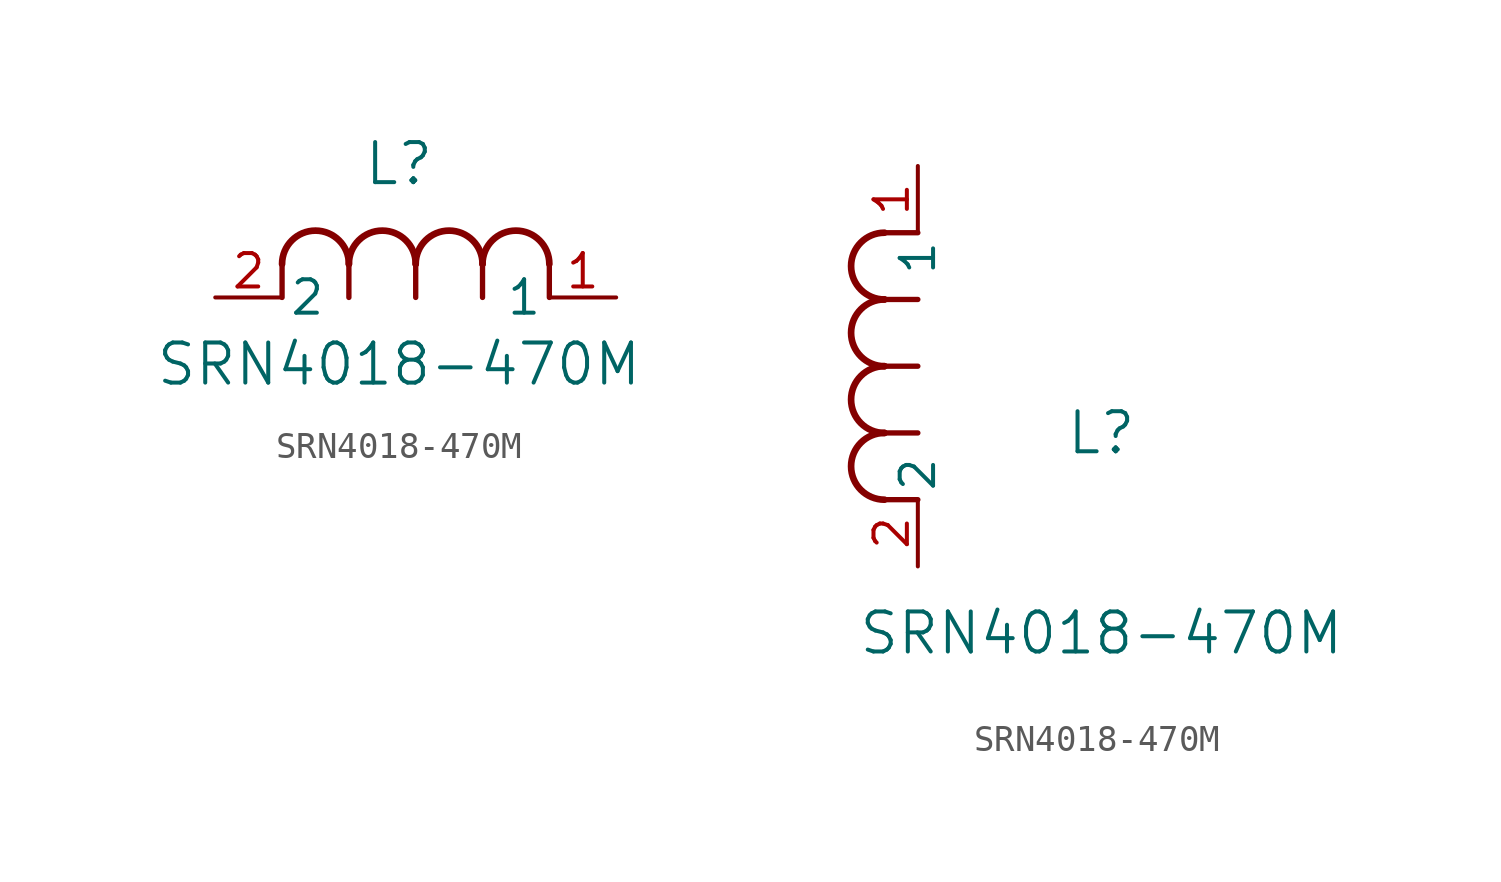
<source format=kicad_sym>
(kicad_symbol_lib
  (version 20211014)
  (generator kicad_symbol_editor)
  (symbol "SRN4018-470M"
    (pin_names
      (offset 0.254))
    (property "Reference" "L"
      (at 6.985 5.08 0)
      (effects (font (size 1.524 1.524))))
    (property "Value" "SRN4018-470M"
      (at 6.985 -2.54 0)
      (effects (font (size 1.524 1.524))))
    (symbol "SRN4018-470M_1_1"
      (arc (start 7.62 1.27) (mid 6.35 2.54) (end 5.08 1.27) (stroke (width 0.254) (type default) (color 0 0 0 0)) (fill (type none)))
      (polyline (pts (xy 5.08 0) (xy 5.08 1.27)) (stroke (width 0.203) (type default) (color 0 0 0 0)) (fill (type none)))
      (polyline (pts (xy 7.62 0) (xy 7.62 1.27)) (stroke (width 0.203) (type default) (color 0 0 0 0)) (fill (type none)))
      (polyline (pts (xy 12.7 0) (xy 12.7 1.27)) (stroke (width 0.203) (type default) (color 0 0 0 0)) (fill (type none)))
      (arc (start 5.08 1.27) (mid 3.81 2.54) (end 2.54 1.27) (stroke (width 0.254) (type default) (color 0 0 0 0)) (fill (type none)))
      (arc (start 10.16 1.27) (mid 8.89 2.54) (end 7.62 1.27) (stroke (width 0.254) (type default) (color 0 0 0 0)) (fill (type none)))
      (arc (start 12.7 1.27) (mid 11.43 2.54) (end 10.16 1.27) (stroke (width 0.254) (type default) (color 0 0 0 0)) (fill (type none)))
      (polyline (pts (xy 2.54 0) (xy 2.54 1.27)) (stroke (width 0.203) (type default) (color 0 0 0 0)) (fill (type none)))
      (polyline (pts (xy 10.16 0) (xy 10.16 1.27)) (stroke (width 0.203) (type default) (color 0 0 0 0)) (fill (type none)))
      (pin unspecified line (at 0 0 0) (length 2.54) (name "2" (effects (font (size 1.27 1.27)))) (number "2" (effects (font (size 1.27 1.27)))))
      (pin unspecified line (at 15.24 0 180) (length 2.54) (name "1" (effects (font (size 1.27 1.27)))) (number "1" (effects (font (size 1.27 1.27))))))
    (symbol "SRN4018-470M_1_2"
      (arc (start -1.27 7.62) (mid -2.54 6.35) (end -1.27 5.08) (stroke (width 0.254) (type default) (color 0 0 0 0)) (fill (type none)))
      (arc (start -1.27 5.08) (mid -2.54 3.81) (end -1.27 2.54) (stroke (width 0.254) (type default) (color 0 0 0 0)) (fill (type none)))
      (arc (start -1.27 12.7) (mid -2.54 11.43) (end -1.27 10.16) (stroke (width 0.254) (type default) (color 0 0 0 0)) (fill (type none)))
      (arc (start -1.27 10.16) (mid -2.54 8.89) (end -1.27 7.62) (stroke (width 0.254) (type default) (color 0 0 0 0)) (fill (type none)))
      (polyline (pts (xy 0 7.62) (xy -1.27 7.62)) (stroke (width 0.203) (type default) (color 0 0 0 0)) (fill (type none)))
      (polyline (pts (xy 0 5.08) (xy -1.27 5.08)) (stroke (width 0.203) (type default) (color 0 0 0 0)) (fill (type none)))
      (polyline (pts (xy 0 12.7) (xy -1.27 12.7)) (stroke (width 0.203) (type default) (color 0 0 0 0)) (fill (type none)))
      (polyline (pts (xy 0 2.54) (xy -1.27 2.54)) (stroke (width 0.203) (type default) (color 0 0 0 0)) (fill (type none)))
      (polyline (pts (xy 0 10.16) (xy -1.27 10.16)) (stroke (width 0.203) (type default) (color 0 0 0 0)) (fill (type none)))
      (pin unspecified line (at 0 0 90) (length 2.54) (name "2" (effects (font (size 1.27 1.27)))) (number "2" (effects (font (size 1.27 1.27)))))
      (pin unspecified line (at 0 15.24 270) (length 2.54) (name "1" (effects (font (size 1.27 1.27)))) (number "1" (effects (font (size 1.27 1.27))))))))
</source>
